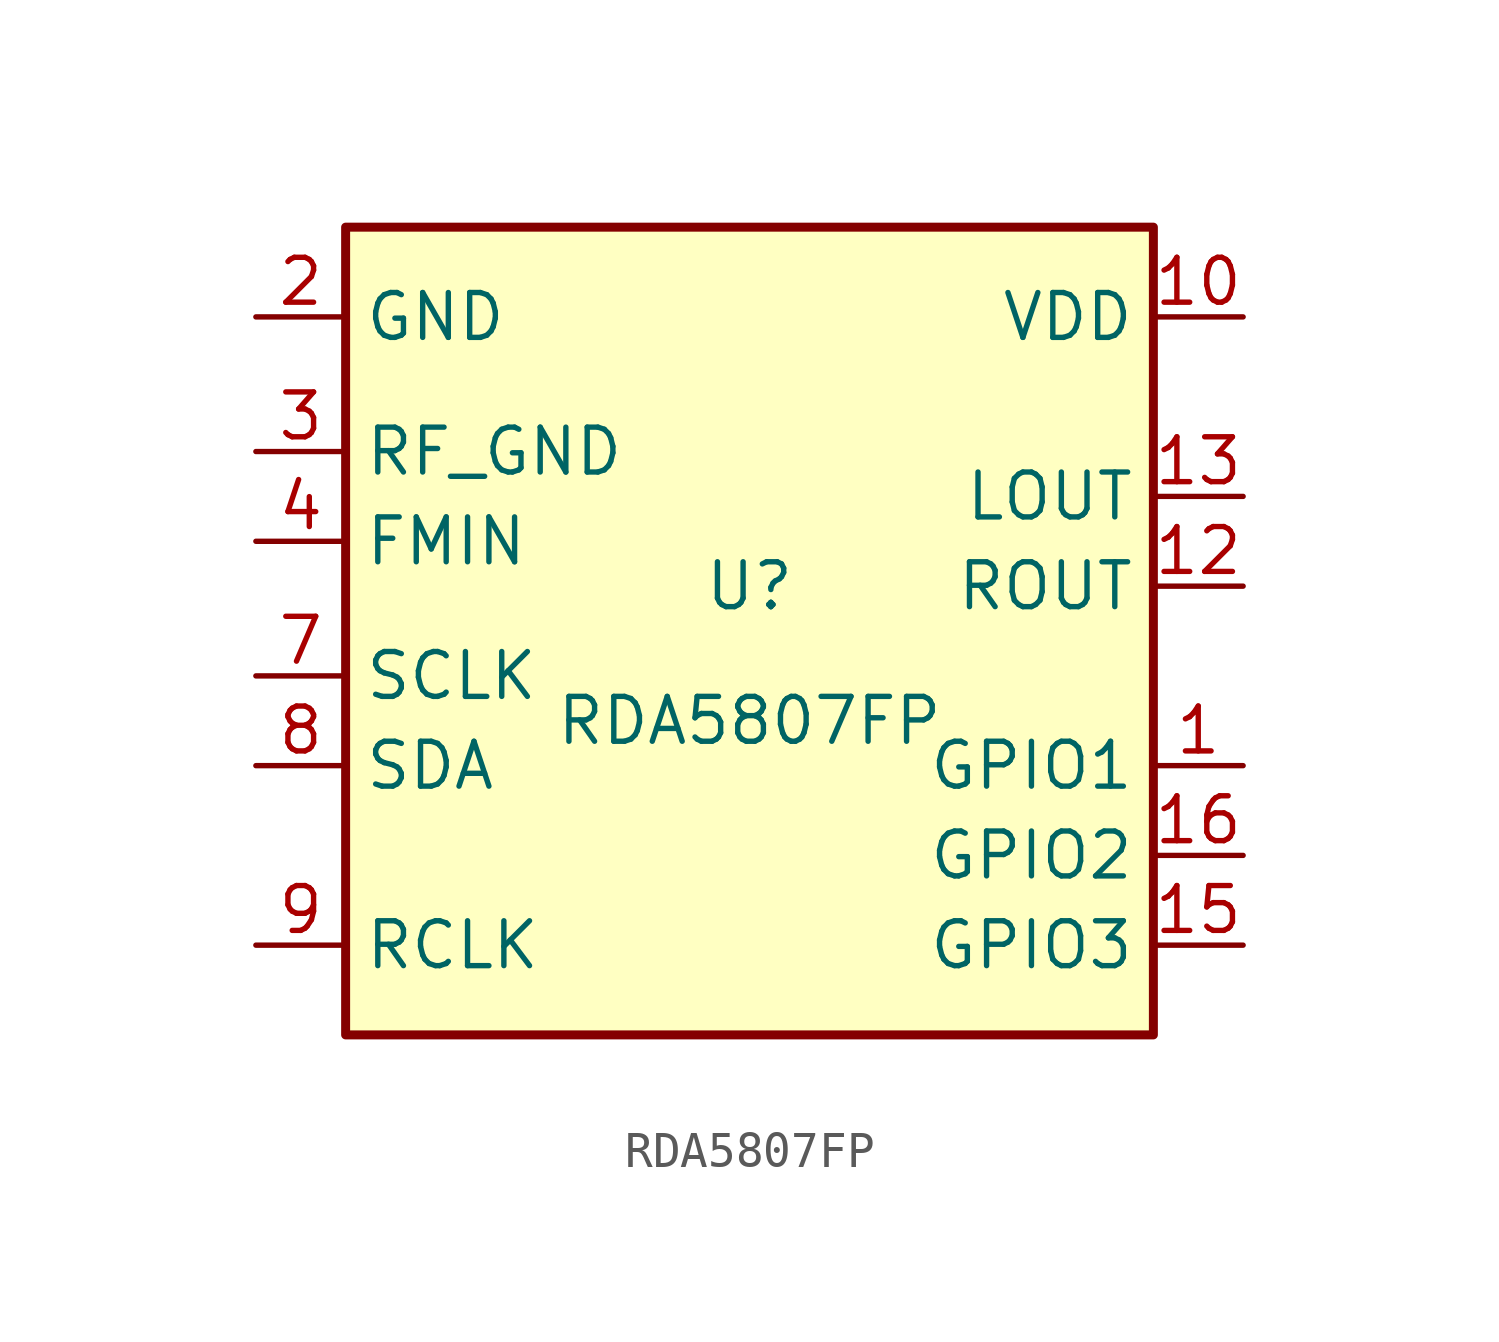
<source format=kicad_sym>
(kicad_symbol_lib
  (version 20220914)
  (generator kicad_symbol_editor)
  (symbol "RDA5807FP"
    (property "Reference" "U"
      (at 0 0 0)
      (effects (font (size 1.27 1.27))))
    (property "Value" "RDA5807FP"
      (at 0 -3.81 0)
      (effects (font (size 1.27 1.27))))
    (symbol "RDA5807FP_0_0"
      (pin bidirectional line (at 13.97 -5.08 180) (length 2.54) (name "GPIO1" (effects (font (size 1.27 1.27)))) (number "1" (effects (font (size 1.27 1.27)))) (alternate "I2S_LROUT" bidirectional line))
      (pin power_in line (at 13.97 7.62 180) (length 2.54) (name "VDD" (effects (font (size 1.27 1.27)))) (number "10" (effects (font (size 1.27 1.27)))))
      (pin power_in line (at -13.97 7.62 0) (length 2.54) hide (name "GND" (effects (font (size 1.27 1.27)))) (number "11" (effects (font (size 1.27 1.27)))))
      (pin output line (at 13.97 0 180) (length 2.54) (name "ROUT" (effects (font (size 1.27 1.27)))) (number "12" (effects (font (size 1.27 1.27)))))
      (pin output line (at 13.97 2.54 180) (length 2.54) (name "LOUT" (effects (font (size 1.27 1.27)))) (number "13" (effects (font (size 1.27 1.27)))))
      (pin power_in line (at -13.97 7.62 0) (length 2.54) hide (name "GND" (effects (font (size 1.27 1.27)))) (number "14" (effects (font (size 1.27 1.27)))))
      (pin bidirectional line (at 13.97 -10.16 180) (length 2.54) (name "GPIO3" (effects (font (size 1.27 1.27)))) (number "15" (effects (font (size 1.27 1.27)))) (alternate "I2S_SCLK" input line))
      (pin bidirectional line (at 13.97 -7.62 180) (length 2.54) (name "GPIO2" (effects (font (size 1.27 1.27)))) (number "16" (effects (font (size 1.27 1.27)))) (alternate "I2S_DATA/ST_INT" bidirectional line) (alternate "I2S_SDATA" bidirectional line))
      (pin power_in line (at -13.97 7.62 0) (length 2.54) (name "GND" (effects (font (size 1.27 1.27)))) (number "2" (effects (font (size 1.27 1.27)))))
      (pin power_in line (at -13.97 3.81 0) (length 2.54) (name "RF_GND" (effects (font (size 1.27 1.27)))) (number "3" (effects (font (size 1.27 1.27)))))
      (pin input line (at -13.97 1.27 0) (length 2.54) (name "FMIN" (effects (font (size 1.27 1.27)))) (number "4" (effects (font (size 1.27 1.27)))))
      (pin power_in line (at -13.97 7.62 0) (length 2.54) hide (name "GND" (effects (font (size 1.27 1.27)))) (number "5" (effects (font (size 1.27 1.27)))))
      (pin power_in line (at -13.97 7.62 0) (length 2.54) hide (name "GND" (effects (font (size 1.27 1.27)))) (number "6" (effects (font (size 1.27 1.27)))))
      (pin input line (at -13.97 -2.54 0) (length 2.54) (name "SCLK" (effects (font (size 1.27 1.27)))) (number "7" (effects (font (size 1.27 1.27)))))
      (pin bidirectional line (at -13.97 -5.08 0) (length 2.54) (name "SDA" (effects (font (size 1.27 1.27)))) (number "8" (effects (font (size 1.27 1.27)))))
      (pin input line (at -13.97 -10.16 0) (length 2.54) (name "RCLK" (effects (font (size 1.27 1.27)))) (number "9" (effects (font (size 1.27 1.27))))))
    (symbol "RDA5807FP_0_1"
      (rectangle (start -11.43 10.16) (end 11.43 -12.7) (stroke (width 0.254) (type default)) (fill (type background))))))
</source>
